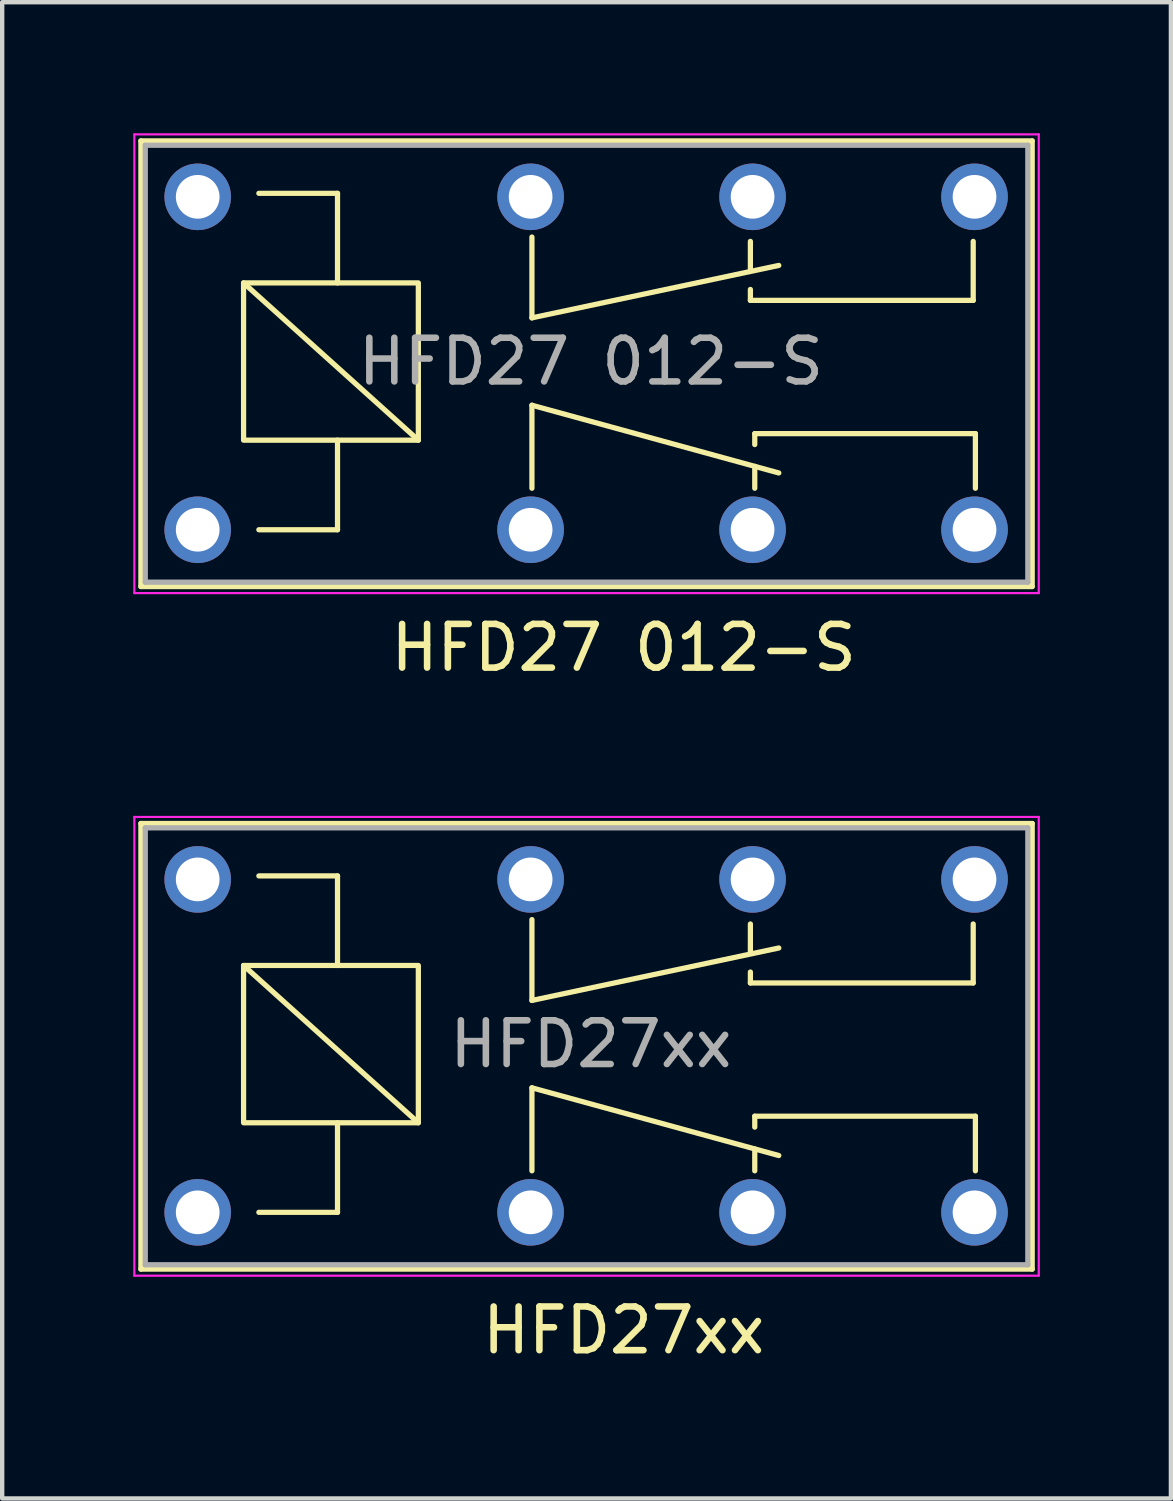
<source format=kicad_pcb>
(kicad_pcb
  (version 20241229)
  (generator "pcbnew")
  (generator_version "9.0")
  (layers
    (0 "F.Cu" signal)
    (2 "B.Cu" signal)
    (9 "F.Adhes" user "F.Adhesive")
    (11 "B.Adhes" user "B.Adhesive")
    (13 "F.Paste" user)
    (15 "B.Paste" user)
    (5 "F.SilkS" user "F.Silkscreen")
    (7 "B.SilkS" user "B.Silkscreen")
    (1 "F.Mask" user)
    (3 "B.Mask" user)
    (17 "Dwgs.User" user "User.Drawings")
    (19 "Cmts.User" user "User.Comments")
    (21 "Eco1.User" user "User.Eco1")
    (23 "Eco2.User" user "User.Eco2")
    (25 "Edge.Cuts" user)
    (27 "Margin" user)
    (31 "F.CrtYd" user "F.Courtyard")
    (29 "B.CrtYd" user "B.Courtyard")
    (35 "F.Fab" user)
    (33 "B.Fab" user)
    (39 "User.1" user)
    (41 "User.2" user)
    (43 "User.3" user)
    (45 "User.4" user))
  (footprint "HFD27 012-S"
    (layer "F.Cu")
    (at 1.475 9.075)
    (property "Reference" "HFD27 012-S" (at 9.75 2.7 0) (unlocked yes) (layer "F.SilkS") (effects (font (size 1 1) (thickness 0.15))))
    (attr through_hole)
    (fp_line (start -1.3 -8.9) (end 19.1 -8.9) (stroke (width 0.12) (type solid)) (layer "F.SilkS"))
    (fp_line (start -1.3 1.3) (end -1.3 -8.9) (stroke (width 0.12) (type solid)) (layer "F.SilkS"))
    (fp_line (start 3.2 -7.7) (end 1.4 -7.7) (stroke (width 0.12) (type solid)) (layer "F.SilkS"))
    (fp_line (start 3.2 -5.65) (end 3.2 -7.7) (stroke (width 0.12) (type solid)) (layer "F.SilkS"))
    (fp_line (start 3.2 -2.05) (end 3.2 0) (stroke (width 0.12) (type solid)) (layer "F.SilkS"))
    (fp_line (start 3.2 0) (end 1.4 0) (stroke (width 0.12) (type solid)) (layer "F.SilkS"))
    (fp_line (start 5.05 -2.05) (end 1.05 -5.65) (stroke (width 0.12) (type solid)) (layer "F.SilkS"))
    (fp_line (start 7.65 -4.85) (end 7.65 -6.7) (stroke (width 0.12) (type solid)) (layer "F.SilkS"))
    (fp_line (start 7.65 -4.85) (end 13.3 -6.05) (stroke (width 0.12) (type solid)) (layer "F.SilkS"))
    (fp_line (start 7.65 -2.85) (end 13.3 -1.3) (stroke (width 0.12) (type solid)) (layer "F.SilkS"))
    (fp_line (start 7.65 -0.95) (end 7.65 -2.85) (stroke (width 0.12) (type solid)) (layer "F.SilkS"))
    (fp_line (start 12.65 -5.95) (end 12.65 -6.6) (stroke (width 0.12) (type solid)) (layer "F.SilkS"))
    (fp_line (start 12.65 -5.25) (end 12.65 -5.5) (stroke (width 0.12) (type solid)) (layer "F.SilkS"))
    (fp_line (start 12.65 -5.25) (end 17.75 -5.25) (stroke (width 0.12) (type solid)) (layer "F.SilkS"))
    (fp_line (start 12.75 -2.2) (end 12.75 -1.95) (stroke (width 0.12) (type solid)) (layer "F.SilkS"))
    (fp_line (start 12.75 -2.2) (end 17.8 -2.2) (stroke (width 0.12) (type solid)) (layer "F.SilkS"))
    (fp_line (start 12.75 -1.45) (end 12.75 -0.95) (stroke (width 0.12) (type solid)) (layer "F.SilkS"))
    (fp_line (start 17.75 -5.25) (end 17.75 -6.6) (stroke (width 0.12) (type solid)) (layer "F.SilkS"))
    (fp_line (start 17.8 -2.2) (end 17.8 -0.95) (stroke (width 0.12) (type solid)) (layer "F.SilkS"))
    (fp_line (start 19.1 -8.9) (end 19.1 1.3) (stroke (width 0.12) (type solid)) (layer "F.SilkS"))
    (fp_line (start 19.1 1.3) (end -1.3 1.3) (stroke (width 0.12) (type solid)) (layer "F.SilkS"))
    (fp_rect (start 5.05 -2.05) (end 1.05 -5.65) (stroke (width 0.12) (type solid)) (fill no) (layer "F.SilkS"))
    (fp_line (start -1.45 -9.05) (end -1.45 1.45) (stroke (width 0.05) (type solid)) (layer "F.CrtYd"))
    (fp_line (start -1.45 -9.05) (end 19.25 -9.05) (stroke (width 0.05) (type solid)) (layer "F.CrtYd"))
    (fp_line (start 19.25 1.45) (end -1.45 1.45) (stroke (width 0.05) (type solid)) (layer "F.CrtYd"))
    (fp_line (start 19.25 1.45) (end 19.25 -9.05) (stroke (width 0.05) (type solid)) (layer "F.CrtYd"))
    (fp_line (start -1.2 -8.8) (end 19 -8.8) (stroke (width 0.12) (type solid)) (layer "F.Fab"))
    (fp_line (start -1.2 1.2) (end -1.2 -8.8) (stroke (width 0.12) (type solid)) (layer "F.Fab"))
    (fp_line (start 19 -8.8) (end 19 1.2) (stroke (width 0.12) (type solid)) (layer "F.Fab"))
    (fp_line (start 19 1.2) (end -1.2 1.2) (stroke (width 0.12) (type solid)) (layer "F.Fab"))
    (fp_text user "${REFERENCE}" (at 9 -3.85 0) (unlocked yes) (layer "F.Fab") (effects (font (size 1 1) (thickness 0.15))))
    (pad "1" thru_hole circle (at 0 -7.62) (size 1.524 1.524) (drill 1) (layers "*.Cu" "*.Mask"))
    (pad "4" thru_hole circle (at 7.62 -7.62) (size 1.524 1.524) (drill 1) (layers "*.Cu" "*.Mask"))
    (pad "6" thru_hole circle (at 12.7 -7.62) (size 1.524 1.524) (drill 1) (layers "*.Cu" "*.Mask"))
    (pad "8" thru_hole circle (at 17.78 -7.62) (size 1.524 1.524) (drill 1) (layers "*.Cu" "*.Mask"))
    (pad "9" thru_hole circle (at 17.78 0) (size 1.524 1.524) (drill 1) (layers "*.Cu" "*.Mask"))
    (pad "11" thru_hole circle (at 12.7 0) (size 1.524 1.524) (drill 1) (layers "*.Cu" "*.Mask"))
    (pad "13" thru_hole circle (at 7.62 0) (size 1.524 1.524) (drill 1) (layers "*.Cu" "*.Mask"))
    (pad "16" thru_hole circle (at 0 0) (size 1.524 1.524) (drill 1) (layers "*.Cu" "*.Mask")))
  (footprint "HFD27xx"
    (layer "F.Cu")
    (at 1.475 24.698)
    (property "Reference" "HFD27xx" (at 9.75 2.7 0) (unlocked yes) (layer "F.SilkS") (effects (font (size 1 1) (thickness 0.15))))
    (attr through_hole)
    (fp_line (start -1.3 -8.9) (end 19.1 -8.9) (stroke (width 0.12) (type solid)) (layer "F.SilkS"))
    (fp_line (start -1.3 1.3) (end -1.3 -8.9) (stroke (width 0.12) (type solid)) (layer "F.SilkS"))
    (fp_line (start 3.2 -7.7) (end 1.4 -7.7) (stroke (width 0.12) (type solid)) (layer "F.SilkS"))
    (fp_line (start 3.2 -5.65) (end 3.2 -7.7) (stroke (width 0.12) (type solid)) (layer "F.SilkS"))
    (fp_line (start 3.2 -2.05) (end 3.2 0) (stroke (width 0.12) (type solid)) (layer "F.SilkS"))
    (fp_line (start 3.2 0) (end 1.4 0) (stroke (width 0.12) (type solid)) (layer "F.SilkS"))
    (fp_line (start 5.05 -2.05) (end 1.05 -5.65) (stroke (width 0.12) (type solid)) (layer "F.SilkS"))
    (fp_line (start 7.65 -4.85) (end 7.65 -6.7) (stroke (width 0.12) (type solid)) (layer "F.SilkS"))
    (fp_line (start 7.65 -4.85) (end 13.3 -6.05) (stroke (width 0.12) (type solid)) (layer "F.SilkS"))
    (fp_line (start 7.65 -2.85) (end 13.3 -1.3) (stroke (width 0.12) (type solid)) (layer "F.SilkS"))
    (fp_line (start 7.65 -0.95) (end 7.65 -2.85) (stroke (width 0.12) (type solid)) (layer "F.SilkS"))
    (fp_line (start 12.65 -5.95) (end 12.65 -6.6) (stroke (width 0.12) (type solid)) (layer "F.SilkS"))
    (fp_line (start 12.65 -5.25) (end 12.65 -5.5) (stroke (width 0.12) (type solid)) (layer "F.SilkS"))
    (fp_line (start 12.65 -5.25) (end 17.75 -5.25) (stroke (width 0.12) (type solid)) (layer "F.SilkS"))
    (fp_line (start 12.75 -2.2) (end 12.75 -1.95) (stroke (width 0.12) (type solid)) (layer "F.SilkS"))
    (fp_line (start 12.75 -2.2) (end 17.8 -2.2) (stroke (width 0.12) (type solid)) (layer "F.SilkS"))
    (fp_line (start 12.75 -1.45) (end 12.75 -0.95) (stroke (width 0.12) (type solid)) (layer "F.SilkS"))
    (fp_line (start 17.75 -5.25) (end 17.75 -6.6) (stroke (width 0.12) (type solid)) (layer "F.SilkS"))
    (fp_line (start 17.8 -2.2) (end 17.8 -0.95) (stroke (width 0.12) (type solid)) (layer "F.SilkS"))
    (fp_line (start 19.1 -8.9) (end 19.1 1.3) (stroke (width 0.12) (type solid)) (layer "F.SilkS"))
    (fp_line (start 19.1 1.3) (end -1.3 1.3) (stroke (width 0.12) (type solid)) (layer "F.SilkS"))
    (fp_rect (start 5.05 -2.05) (end 1.05 -5.65) (stroke (width 0.12) (type solid)) (fill no) (layer "F.SilkS"))
    (fp_line (start -1.45 -9.05) (end -1.45 1.45) (stroke (width 0.05) (type solid)) (layer "F.CrtYd"))
    (fp_line (start -1.45 -9.05) (end 19.25 -9.05) (stroke (width 0.05) (type solid)) (layer "F.CrtYd"))
    (fp_line (start 19.25 1.45) (end -1.45 1.45) (stroke (width 0.05) (type solid)) (layer "F.CrtYd"))
    (fp_line (start 19.25 1.45) (end 19.25 -9.05) (stroke (width 0.05) (type solid)) (layer "F.CrtYd"))
    (fp_line (start -1.2 -8.8) (end 19 -8.8) (stroke (width 0.12) (type solid)) (layer "F.Fab"))
    (fp_line (start -1.2 1.2) (end -1.2 -8.8) (stroke (width 0.12) (type solid)) (layer "F.Fab"))
    (fp_line (start 19 -8.8) (end 19 1.2) (stroke (width 0.12) (type solid)) (layer "F.Fab"))
    (fp_line (start 19 1.2) (end -1.2 1.2) (stroke (width 0.12) (type solid)) (layer "F.Fab"))
    (fp_text user "${REFERENCE}" (at 9 -3.85 0) (unlocked yes) (layer "F.Fab") (effects (font (size 1 1) (thickness 0.15))))
    (pad "1" thru_hole circle (at 0 -7.62) (size 1.524 1.524) (drill 1) (layers "*.Cu" "*.Mask"))
    (pad "4" thru_hole circle (at 7.62 -7.62) (size 1.524 1.524) (drill 1) (layers "*.Cu" "*.Mask"))
    (pad "6" thru_hole circle (at 12.7 -7.62) (size 1.524 1.524) (drill 1) (layers "*.Cu" "*.Mask"))
    (pad "8" thru_hole circle (at 17.78 -7.62) (size 1.524 1.524) (drill 1) (layers "*.Cu" "*.Mask"))
    (pad "9" thru_hole circle (at 17.78 0) (size 1.524 1.524) (drill 1) (layers "*.Cu" "*.Mask"))
    (pad "11" thru_hole circle (at 12.7 0) (size 1.524 1.524) (drill 1) (layers "*.Cu" "*.Mask"))
    (pad "13" thru_hole circle (at 7.62 0) (size 1.524 1.524) (drill 1) (layers "*.Cu" "*.Mask"))
    (pad "16" thru_hole circle (at 0 0) (size 1.524 1.524) (drill 1) (layers "*.Cu" "*.Mask")))
  (gr_rect
    (start -3 -3)
    (end 23.75 31.247)
    (stroke (width 0.1) (type default))
    (fill no)
    (layer "Edge.Cuts")))
</source>
